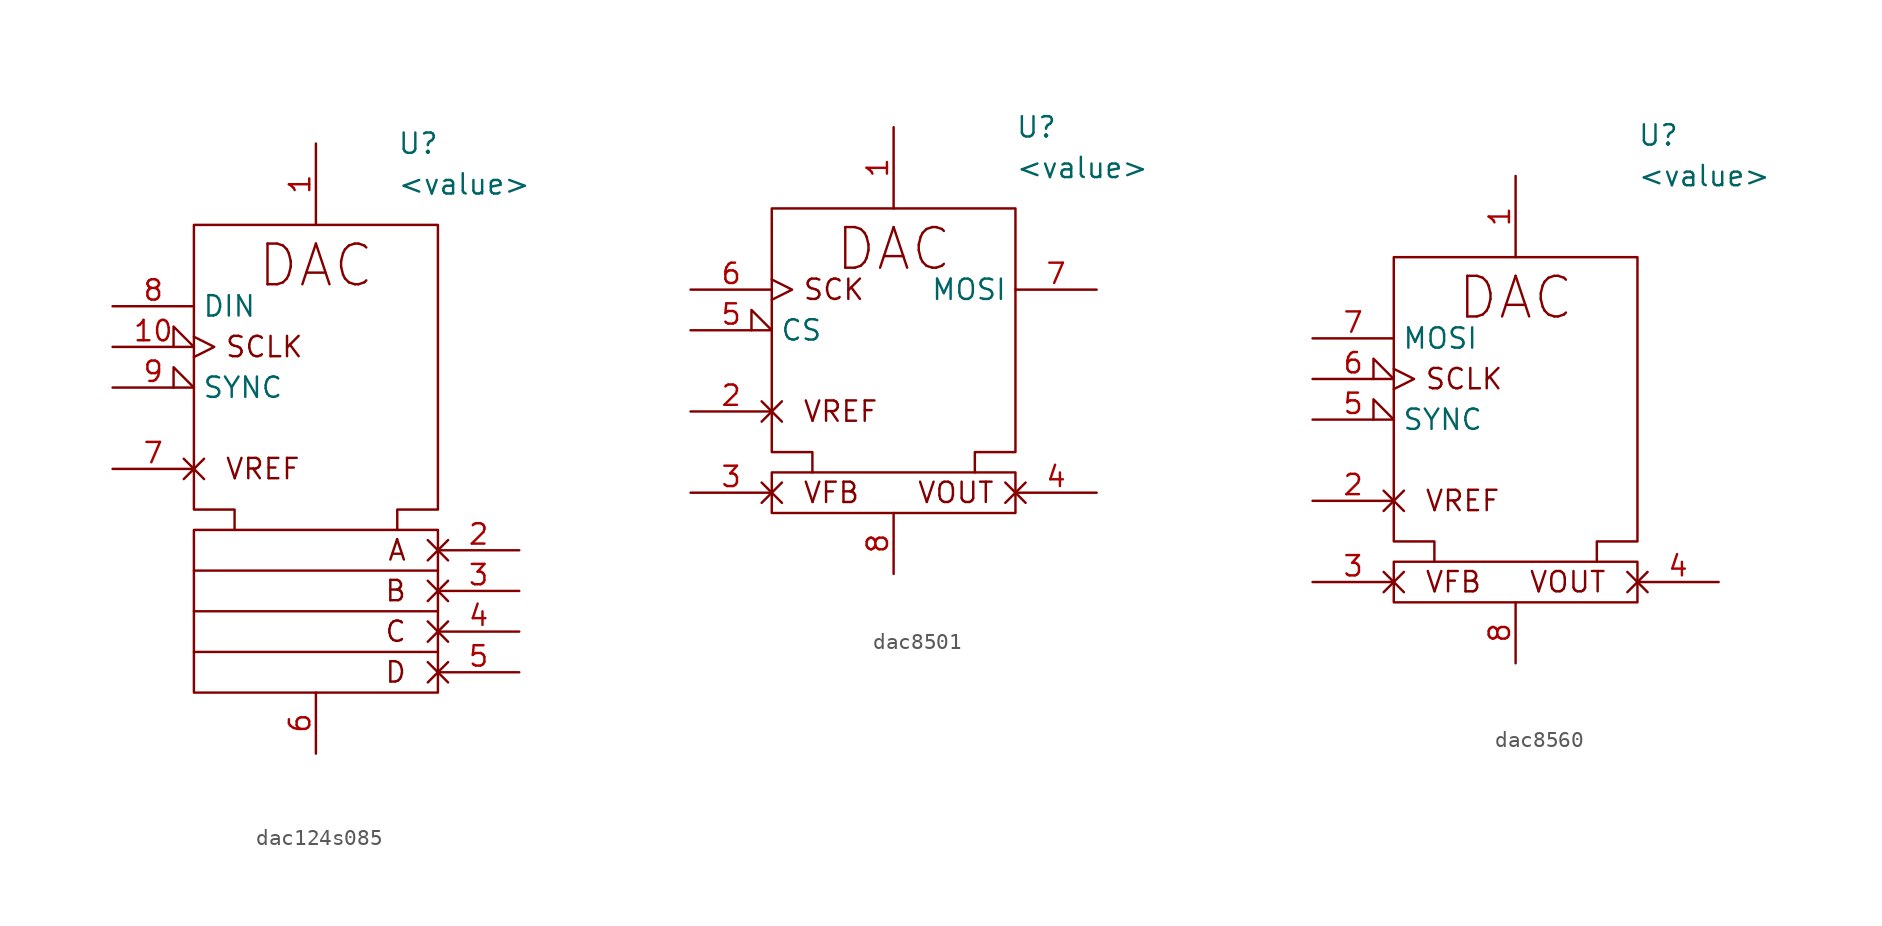
<source format=kicad_sym>
(kicad_symbol_lib
  (version 20231120)
  (generator "kicad_symbol_editor")
  (generator_version "8.0")
  (symbol "dac124s085"
    (property "Reference" "U"
      (at 5.08 12.7 0)
      (effects (font (size 1.27 1.27)) (justify left)))
    (property "Value" "<value>"
      (at 5.08 10.16 0)
      (effects (font (size 1.27 1.27)) (justify left)))
    (symbol "dac124s085_0_1"
      (rectangle (start -7.62 -11.43) (end 7.62 -21.59) (stroke (width 0) (type default)) (fill (type none)))
      (polyline (pts (xy -7.62 -16.51) (xy 7.62 -16.51)) (stroke (width 0) (type default)) (fill (type none)))
      (polyline (pts (xy 7.62 -19.05) (xy -7.62 -19.05)) (stroke (width 0) (type default)) (fill (type none)))
      (polyline (pts (xy 7.62 -13.97) (xy -7.62 -13.97)) (stroke (width 0) (type default)) (fill (type none)))
      (polyline (pts (xy -5.08 -11.43) (xy -5.08 -10.16) (xy -7.62 -10.16) (xy -7.62 7.62) (xy 7.62 7.62) (xy 7.62 -10.16) (xy 5.08 -10.16) (xy 5.08 -11.43)) (stroke (width 0) (type default)) (fill (type none))))
    (symbol "dac124s085_1_1"
      (text "A" (at 5.715 -12.7 0) (effects (font (size 1.27 1.27)) (justify right)))
      (text "B" (at 5.715 -15.24 0) (effects (font (size 1.27 1.27)) (justify right)))
      (text "C" (at 5.715 -17.78 0) (effects (font (size 1.27 1.27)) (justify right)))
      (text "D" (at 5.715 -20.32 0) (effects (font (size 1.27 1.27)) (justify right)))
      (text "DAC" (at 0 5.08 0) (effects (font (size 2.54 2.54))))
      (text "SCLK" (at -5.715 0 0) (effects (font (size 1.27 1.27)) (justify left)))
      (text "VREF" (at -5.715 -7.62 0) (effects (font (size 1.27 1.27)) (justify left)))
      (pin power_in line (at 0 12.7 270) (length 5.08) (name "" (effects (font (size 1.27 1.27)))) (number "1" (effects (font (size 1.27 1.27)))))
      (pin input clock_low (at -12.7 0 0) (length 5.08) (name "" (effects (font (size 1.27 1.27)))) (number "10" (effects (font (size 1.27 1.27)))))
      (pin output non_logic (at 12.7 -12.7 180) (length 5.08) (name "" (effects (font (size 1.27 1.27)))) (number "2" (effects (font (size 1.27 1.27)))))
      (pin output non_logic (at 12.7 -15.24 180) (length 5.08) (name "" (effects (font (size 1.27 1.27)))) (number "3" (effects (font (size 1.27 1.27)))))
      (pin output non_logic (at 12.7 -17.78 180) (length 5.08) (name "" (effects (font (size 1.27 1.27)))) (number "4" (effects (font (size 1.27 1.27)))))
      (pin output non_logic (at 12.7 -20.32 180) (length 5.08) (name "" (effects (font (size 1.27 1.27)))) (number "5" (effects (font (size 1.27 1.27)))))
      (pin power_in line (at 0 -25.4 90) (length 3.81) (name "" (effects (font (size 1.27 1.27)))) (number "6" (effects (font (size 1.27 1.27)))))
      (pin input non_logic (at -12.7 -7.62 0) (length 5.08) (name "" (effects (font (size 1.27 1.27)))) (number "7" (effects (font (size 1.27 1.27)))))
      (pin input line (at -12.7 2.54 0) (length 5.08) (name "DIN" (effects (font (size 1.27 1.27)))) (number "8" (effects (font (size 1.27 1.27)))))
      (pin input input_low (at -12.7 -2.54 0) (length 5.08) (name "SYNC" (effects (font (size 1.27 1.27)))) (number "9" (effects (font (size 1.27 1.27)))))))
  (symbol "dac8501"
    (property "Reference" "U"
      (at 7.62 10.16 0)
      (effects (font (size 1.27 1.27)) (justify left)))
    (property "Value" "<value>"
      (at 7.62 7.62 0)
      (effects (font (size 1.27 1.27)) (justify left)))
    (symbol "dac8501_0_1"
      (rectangle (start -7.62 -11.43) (end 7.62 -13.97) (stroke (width 0) (type default)) (fill (type none)))
      (polyline (pts (xy -5.08 -11.43) (xy -5.08 -10.16) (xy -7.62 -10.16) (xy -7.62 5.08) (xy 7.62 5.08) (xy 7.62 -10.16) (xy 5.08 -10.16) (xy 5.08 -11.43)) (stroke (width 0) (type default)) (fill (type none))))
    (symbol "dac8501_1_1"
      (text "DAC" (at 0 2.54 0) (effects (font (size 2.54 2.54))))
      (text "SCK" (at -5.715 0 0) (effects (font (size 1.27 1.27)) (justify left)))
      (text "VFB" (at -5.715 -12.7 0) (effects (font (size 1.27 1.27)) (justify left)))
      (text "VOUT" (at 6.35 -12.7 0) (effects (font (size 1.27 1.27)) (justify right)))
      (text "VREF" (at -5.715 -7.62 0) (effects (font (size 1.27 1.27)) (justify left)))
      (pin power_in line (at 0 10.16 270) (length 5.08) (name "" (effects (font (size 1.27 1.27)))) (number "1" (effects (font (size 1.27 1.27)))))
      (pin input non_logic (at -12.7 -7.62 0) (length 5.08) (name "" (effects (font (size 1.27 1.27)))) (number "2" (effects (font (size 1.27 1.27)))))
      (pin input non_logic (at -12.7 -12.7 0) (length 5.08) (name "" (effects (font (size 1.27 1.27)))) (number "3" (effects (font (size 1.27 1.27)))))
      (pin output non_logic (at 12.7 -12.7 180) (length 5.08) (name "" (effects (font (size 1.27 1.27)))) (number "4" (effects (font (size 1.27 1.27)))))
      (pin input input_low (at -12.7 -2.54 0) (length 5.08) (name "CS" (effects (font (size 1.27 1.27)))) (number "5" (effects (font (size 1.27 1.27)))))
      (pin input clock (at -12.7 0 0) (length 5.08) (name "" (effects (font (size 1.27 1.27)))) (number "6" (effects (font (size 1.27 1.27)))))
      (pin input line (at 12.7 0 180) (length 5.08) (name "MOSI" (effects (font (size 1.27 1.27)))) (number "7" (effects (font (size 1.27 1.27)))))
      (pin power_in line (at 0 -17.78 90) (length 3.81) (name "" (effects (font (size 1.27 1.27)))) (number "8" (effects (font (size 1.27 1.27)))))))
  (symbol "dac8560"
    (property "Reference" "U"
      (at 7.62 12.7 0)
      (effects (font (size 1.27 1.27)) (justify left)))
    (property "Value" "<value>"
      (at 7.62 10.16 0)
      (effects (font (size 1.27 1.27)) (justify left)))
    (symbol "dac8560_0_1"
      (rectangle (start -7.62 -13.97) (end 7.62 -16.51) (stroke (width 0) (type default)) (fill (type none)))
      (polyline (pts (xy -5.08 -13.97) (xy -5.08 -12.7) (xy -7.62 -12.7) (xy -7.62 5.08) (xy 7.62 5.08) (xy 7.62 -12.7) (xy 5.08 -12.7) (xy 5.08 -13.97)) (stroke (width 0) (type default)) (fill (type none))))
    (symbol "dac8560_1_1"
      (text "DAC" (at 0 2.54 0) (effects (font (size 2.54 2.54))))
      (text "SCLK" (at -5.715 -2.54 0) (effects (font (size 1.27 1.27)) (justify left)))
      (text "VFB" (at -5.715 -15.24 0) (effects (font (size 1.27 1.27)) (justify left)))
      (text "VOUT" (at 5.715 -15.24 0) (effects (font (size 1.27 1.27)) (justify right)))
      (text "VREF" (at -5.715 -10.16 0) (effects (font (size 1.27 1.27)) (justify left)))
      (pin power_in line (at 0 10.16 270) (length 5.08) (name "" (effects (font (size 1.27 1.27)))) (number "1" (effects (font (size 1.27 1.27)))))
      (pin bidirectional non_logic (at -12.7 -10.16 0) (length 5.08) (name "" (effects (font (size 1.27 1.27)))) (number "2" (effects (font (size 1.27 1.27)))))
      (pin input non_logic (at -12.7 -15.24 0) (length 5.08) (name "" (effects (font (size 1.27 1.27)))) (number "3" (effects (font (size 1.27 1.27)))))
      (pin output non_logic (at 12.7 -15.24 180) (length 5.08) (name "" (effects (font (size 1.27 1.27)))) (number "4" (effects (font (size 1.27 1.27)))))
      (pin input input_low (at -12.7 -5.08 0) (length 5.08) (name "SYNC" (effects (font (size 1.27 1.27)))) (number "5" (effects (font (size 1.27 1.27)))))
      (pin input clock_low (at -12.7 -2.54 0) (length 5.08) (name "" (effects (font (size 1.27 1.27)))) (number "6" (effects (font (size 1.27 1.27)))))
      (pin input line (at -12.7 0 0) (length 5.08) (name "MOSI" (effects (font (size 1.27 1.27)))) (number "7" (effects (font (size 1.27 1.27)))))
      (pin power_in line (at 0 -20.32 90) (length 3.81) (name "" (effects (font (size 1.27 1.27)))) (number "8" (effects (font (size 1.27 1.27))))))))
</source>
